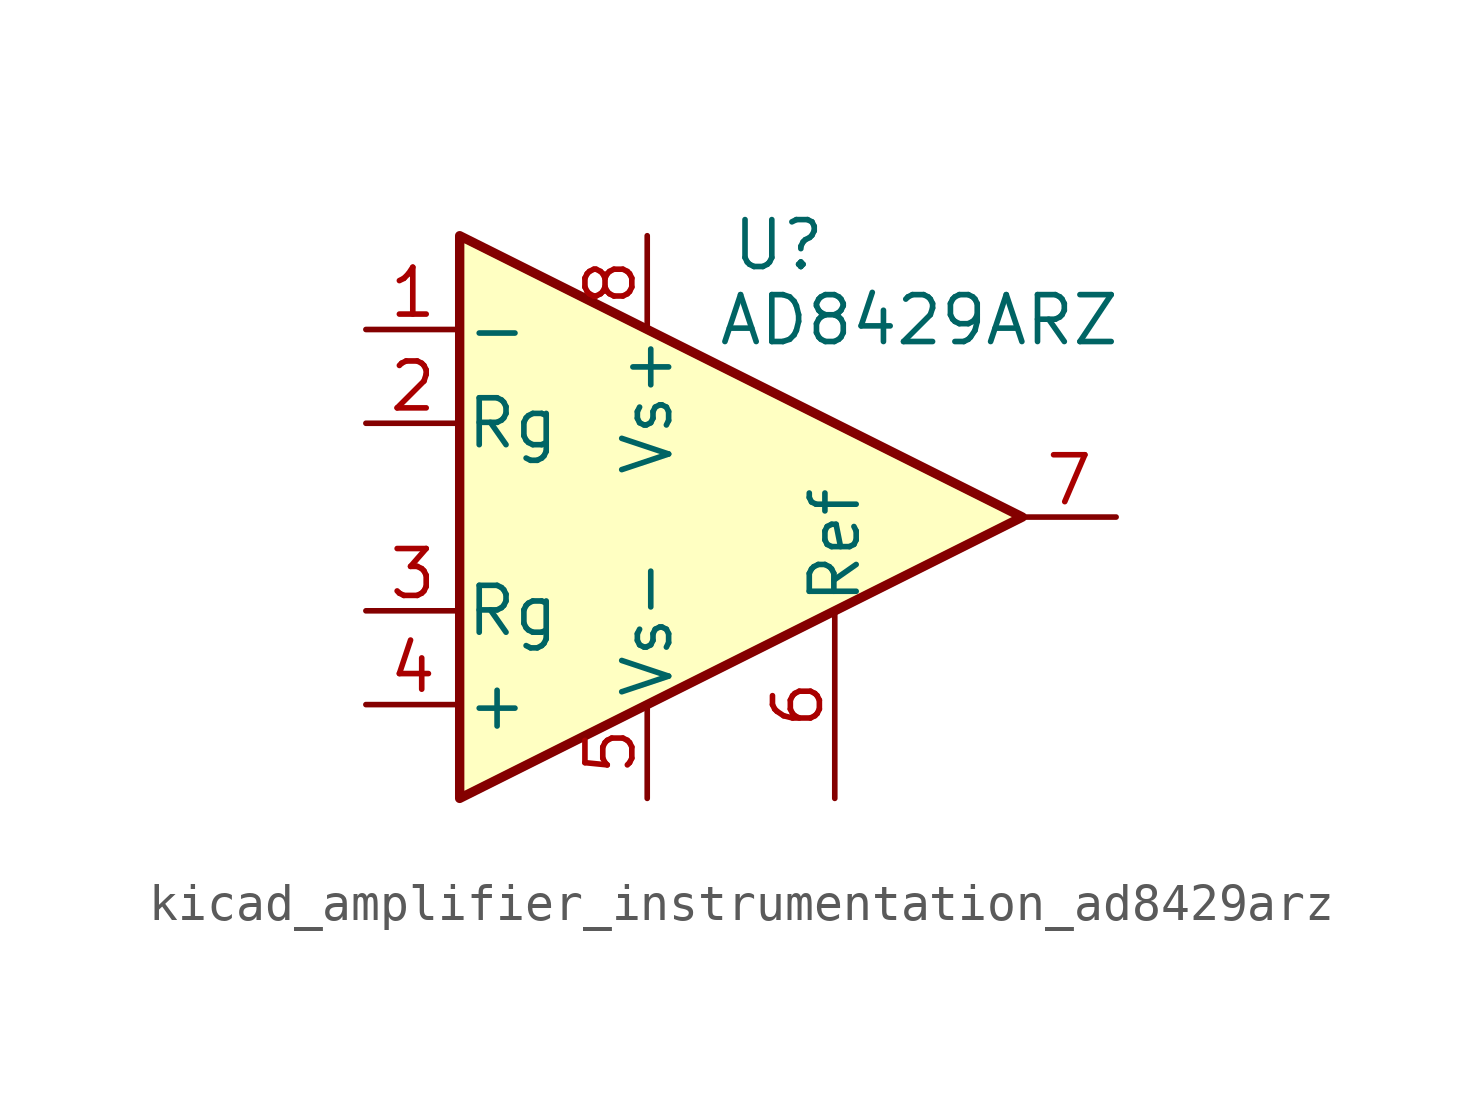
<source format=kicad_sym>
(kicad_symbol_lib
  (version 20220914)
  (generator kicad_symbol_editor)
  (symbol "kicad_amplifier_instrumentation_ad8429arz"
    (pin_names
      (offset 0.127))
    (property "Reference" "U"
      (at 3.556 7.366 0)
      (effects (font (size 1.27 1.27))))
    (property "Value" "AD8429ARZ"
      (at 7.366 5.334 0)
      (effects (font (size 1.27 1.27))))
    (symbol "kicad_amplifier_instrumentation_ad8429arz_0_1"
      (polyline (pts (xy -5.08 7.62) (xy -5.08 -7.62) (xy 10.16 0) (xy -5.08 7.62)) (stroke (width 0.254) (type default)) (fill (type background))))
    (symbol "kicad_amplifier_instrumentation_ad8429arz_1_1"
      (pin input line (at -7.62 5.08 0) (length 2.54) (name "-" (effects (font (size 1.27 1.27)))) (number "1" (effects (font (size 1.27 1.27)))))
      (pin passive line (at -7.62 2.54 0) (length 2.54) (name "Rg" (effects (font (size 1.27 1.27)))) (number "2" (effects (font (size 1.27 1.27)))))
      (pin passive line (at -7.62 -2.54 0) (length 2.54) (name "Rg" (effects (font (size 1.27 1.27)))) (number "3" (effects (font (size 1.27 1.27)))))
      (pin input line (at -7.62 -5.08 0) (length 2.54) (name "+" (effects (font (size 1.27 1.27)))) (number "4" (effects (font (size 1.27 1.27)))))
      (pin power_in line (at 0 -7.62 90) (length 2.54) (name "Vs-" (effects (font (size 1.27 1.27)))) (number "5" (effects (font (size 1.27 1.27)))))
      (pin passive line (at 5.08 -7.62 90) (length 5.08) (name "Ref" (effects (font (size 1.27 1.27)))) (number "6" (effects (font (size 1.27 1.27)))))
      (pin output line (at 12.7 0 180) (length 2.54) (name "~" (effects (font (size 1.27 1.27)))) (number "7" (effects (font (size 1.27 1.27)))))
      (pin power_in line (at 0 7.62 270) (length 2.54) (name "Vs+" (effects (font (size 1.27 1.27)))) (number "8" (effects (font (size 1.27 1.27))))))))
</source>
